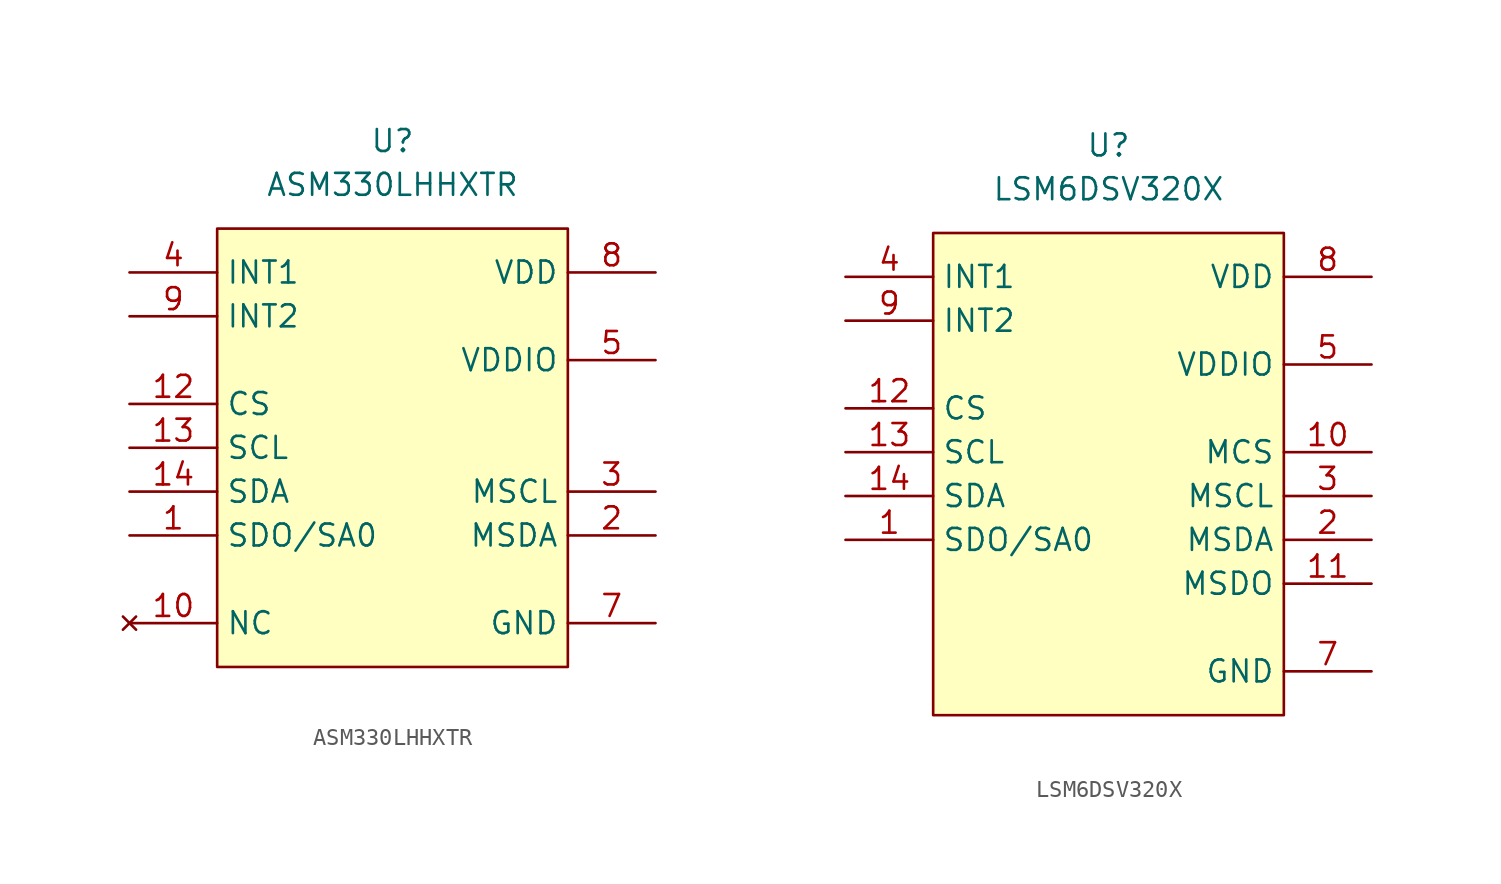
<source format=kicad_sym>
(kicad_symbol_lib
  (version 20241209)
  (generator "kicad_symbol_editor")
  (generator_version "9.0")
  (symbol "ASM330LHHXTR"
    (property "Reference" "U"
      (at 0 5.08 0)
      (effects (font (size 1.27 1.27))))
    (property "Value" "ASM330LHHXTR"
      (at 0 2.54 0)
      (effects (font (size 1.27 1.27))))
    (symbol "ASM330LHHXTR_1_1"
      (rectangle (start -10.16 0) (end 10.16 -25.4) (stroke (width 0) (type solid)) (fill (type background)))
      (pin output line (at -15.24 -2.54 0) (length 5.08) (name "INT1" (effects (font (size 1.27 1.27)))) (number "4" (effects (font (size 1.27 1.27)))))
      (pin bidirectional line (at -15.24 -5.08 0) (length 5.08) (name "INT2" (effects (font (size 1.27 1.27)))) (number "9" (effects (font (size 1.27 1.27)))))
      (pin input line (at -15.24 -10.16 0) (length 5.08) (name "CS" (effects (font (size 1.27 1.27)))) (number "12" (effects (font (size 1.27 1.27)))))
      (pin input line (at -15.24 -12.7 0) (length 5.08) (name "SCL" (effects (font (size 1.27 1.27)))) (number "13" (effects (font (size 1.27 1.27)))))
      (pin bidirectional line (at -15.24 -15.24 0) (length 5.08) (name "SDA" (effects (font (size 1.27 1.27)))) (number "14" (effects (font (size 1.27 1.27)))))
      (pin bidirectional line (at -15.24 -17.78 0) (length 5.08) (name "SDO/SA0" (effects (font (size 1.27 1.27)))) (number "1" (effects (font (size 1.27 1.27)))))
      (pin no_connect line (at -15.24 -22.86 0) (length 5.08) (name "NC" (effects (font (size 1.27 1.27)))) (number "10" (effects (font (size 1.27 1.27)))))
      (pin no_connect line (at -15.24 -22.86 0) (length 5.08) (hide yes) (name "NC" (effects (font (size 1.27 1.27)))) (number "11" (effects (font (size 1.27 1.27)))))
      (pin power_in line (at 15.24 -2.54 180) (length 5.08) (name "VDD" (effects (font (size 1.27 1.27)))) (number "8" (effects (font (size 1.27 1.27)))))
      (pin power_in line (at 15.24 -7.62 180) (length 5.08) (name "VDDIO" (effects (font (size 1.27 1.27)))) (number "5" (effects (font (size 1.27 1.27)))))
      (pin output line (at 15.24 -15.24 180) (length 5.08) (name "MSCL" (effects (font (size 1.27 1.27)))) (number "3" (effects (font (size 1.27 1.27)))))
      (pin bidirectional line (at 15.24 -17.78 180) (length 5.08) (name "MSDA" (effects (font (size 1.27 1.27)))) (number "2" (effects (font (size 1.27 1.27)))))
      (pin power_in line (at 15.24 -22.86 180) (length 5.08) (hide yes) (name "GND" (effects (font (size 1.27 1.27)))) (number "6" (effects (font (size 1.27 1.27)))))
      (pin power_in line (at 15.24 -22.86 180) (length 5.08) (name "GND" (effects (font (size 1.27 1.27)))) (number "7" (effects (font (size 1.27 1.27)))))))
  (symbol "LSM6DSV320X"
    (property "Reference" "U"
      (at 0 5.08 0)
      (effects (font (size 1.27 1.27))))
    (property "Value" "LSM6DSV320X"
      (at 0 2.54 0)
      (effects (font (size 1.27 1.27))))
    (symbol "LSM6DSV320X_1_1"
      (rectangle (start -10.16 0) (end 10.16 -27.94) (stroke (width 0) (type solid)) (fill (type background)))
      (pin output line (at -15.24 -2.54 0) (length 5.08) (name "INT1" (effects (font (size 1.27 1.27)))) (number "4" (effects (font (size 1.27 1.27)))))
      (pin bidirectional line (at -15.24 -5.08 0) (length 5.08) (name "INT2" (effects (font (size 1.27 1.27)))) (number "9" (effects (font (size 1.27 1.27)))))
      (pin input line (at -15.24 -10.16 0) (length 5.08) (name "CS" (effects (font (size 1.27 1.27)))) (number "12" (effects (font (size 1.27 1.27)))))
      (pin input line (at -15.24 -12.7 0) (length 5.08) (name "SCL" (effects (font (size 1.27 1.27)))) (number "13" (effects (font (size 1.27 1.27)))))
      (pin bidirectional line (at -15.24 -15.24 0) (length 5.08) (name "SDA" (effects (font (size 1.27 1.27)))) (number "14" (effects (font (size 1.27 1.27)))))
      (pin bidirectional line (at -15.24 -17.78 0) (length 5.08) (name "SDO/SA0" (effects (font (size 1.27 1.27)))) (number "1" (effects (font (size 1.27 1.27)))))
      (pin power_in line (at 15.24 -2.54 180) (length 5.08) (name "VDD" (effects (font (size 1.27 1.27)))) (number "8" (effects (font (size 1.27 1.27)))))
      (pin power_in line (at 15.24 -7.62 180) (length 5.08) (name "VDDIO" (effects (font (size 1.27 1.27)))) (number "5" (effects (font (size 1.27 1.27)))))
      (pin output line (at 15.24 -12.7 180) (length 5.08) (name "MCS" (effects (font (size 1.27 1.27)))) (number "10" (effects (font (size 1.27 1.27)))))
      (pin output line (at 15.24 -15.24 180) (length 5.08) (name "MSCL" (effects (font (size 1.27 1.27)))) (number "3" (effects (font (size 1.27 1.27)))))
      (pin bidirectional line (at 15.24 -17.78 180) (length 5.08) (name "MSDA" (effects (font (size 1.27 1.27)))) (number "2" (effects (font (size 1.27 1.27)))))
      (pin output line (at 15.24 -20.32 180) (length 5.08) (name "MSDO" (effects (font (size 1.27 1.27)))) (number "11" (effects (font (size 1.27 1.27)))))
      (pin power_in line (at 15.24 -25.4 180) (length 5.08) (hide yes) (name "GND" (effects (font (size 1.27 1.27)))) (number "6" (effects (font (size 1.27 1.27)))))
      (pin power_in line (at 15.24 -25.4 180) (length 5.08) (name "GND" (effects (font (size 1.27 1.27)))) (number "7" (effects (font (size 1.27 1.27))))))))
</source>
